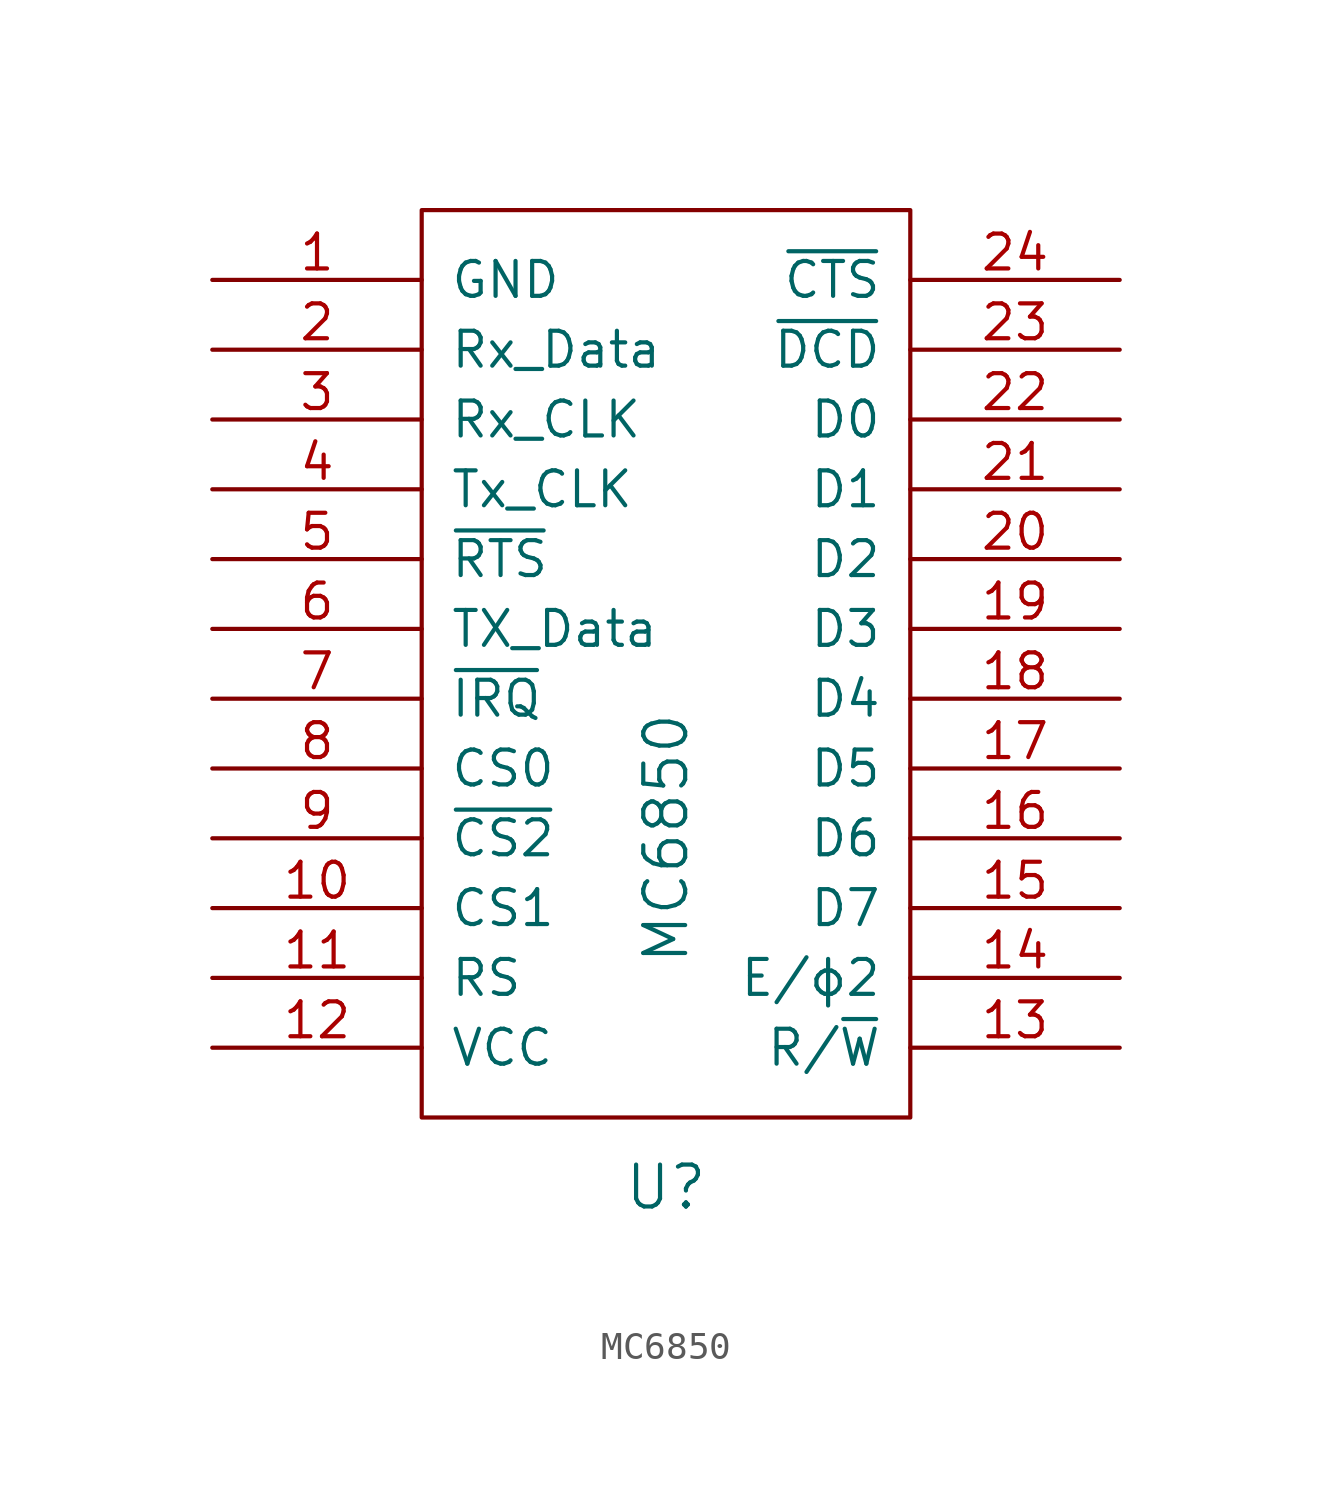
<source format=kicad_sym>
(kicad_symbol_lib
  (version 20211014)
  (generator kicad_symbol_editor)
  (symbol "MC6850"
    (pin_names
      (offset 1.016))
    (property "Reference" "U"
      (at 0 -19.05 0)
      (effects (font (size 1.524 1.524))))
    (property "Value" "MC6850"
      (at 0 -6.35 90)
      (effects (font (size 1.524 1.524))))
    (property "Footprint" ""
      (at 0 -16.51 0)
      (effects (font (size 1.524 1.524))))
    (property "Datasheet" ""
      (at 0 -16.51 0)
      (effects (font (size 1.524 1.524))))
    (symbol "MC6850_0_1"
      (rectangle (start -8.89 16.51) (end 8.89 -16.51) (stroke (width 0) (type default) (color 0 0 0 0)) (fill (type none))))
    (symbol "MC6850_1_1"
      (pin power_in line (at -16.51 13.97 0) (length 7.62) (name "GND" (effects (font (size 1.27 1.27)))) (number "1" (effects (font (size 1.27 1.27)))))
      (pin input line (at -16.51 -8.89 0) (length 7.62) (name "CS1" (effects (font (size 1.27 1.27)))) (number "10" (effects (font (size 1.27 1.27)))))
      (pin input line (at -16.51 -11.43 0) (length 7.62) (name "RS" (effects (font (size 1.27 1.27)))) (number "11" (effects (font (size 1.27 1.27)))))
      (pin power_in line (at -16.51 -13.97 0) (length 7.62) (name "VCC" (effects (font (size 1.27 1.27)))) (number "12" (effects (font (size 1.27 1.27)))))
      (pin input line (at 16.51 -13.97 180) (length 7.62) (name "R/~{W}" (effects (font (size 1.27 1.27)))) (number "13" (effects (font (size 1.27 1.27)))))
      (pin input line (at 16.51 -11.43 180) (length 7.62) (name "E/ϕ2" (effects (font (size 1.27 1.27)))) (number "14" (effects (font (size 1.27 1.27)))))
      (pin bidirectional line (at 16.51 -8.89 180) (length 7.62) (name "D7" (effects (font (size 1.27 1.27)))) (number "15" (effects (font (size 1.27 1.27)))))
      (pin bidirectional line (at 16.51 -6.35 180) (length 7.62) (name "D6" (effects (font (size 1.27 1.27)))) (number "16" (effects (font (size 1.27 1.27)))))
      (pin bidirectional line (at 16.51 -3.81 180) (length 7.62) (name "D5" (effects (font (size 1.27 1.27)))) (number "17" (effects (font (size 1.27 1.27)))))
      (pin bidirectional line (at 16.51 -1.27 180) (length 7.62) (name "D4" (effects (font (size 1.27 1.27)))) (number "18" (effects (font (size 1.27 1.27)))))
      (pin bidirectional line (at 16.51 1.27 180) (length 7.62) (name "D3" (effects (font (size 1.27 1.27)))) (number "19" (effects (font (size 1.27 1.27)))))
      (pin input line (at -16.51 11.43 0) (length 7.62) (name "Rx_Data" (effects (font (size 1.27 1.27)))) (number "2" (effects (font (size 1.27 1.27)))))
      (pin bidirectional line (at 16.51 3.81 180) (length 7.62) (name "D2" (effects (font (size 1.27 1.27)))) (number "20" (effects (font (size 1.27 1.27)))))
      (pin bidirectional line (at 16.51 6.35 180) (length 7.62) (name "D1" (effects (font (size 1.27 1.27)))) (number "21" (effects (font (size 1.27 1.27)))))
      (pin bidirectional line (at 16.51 8.89 180) (length 7.62) (name "D0" (effects (font (size 1.27 1.27)))) (number "22" (effects (font (size 1.27 1.27)))))
      (pin bidirectional line (at 16.51 11.43 180) (length 7.62) (name "~{DCD}" (effects (font (size 1.27 1.27)))) (number "23" (effects (font (size 1.27 1.27)))))
      (pin bidirectional line (at 16.51 13.97 180) (length 7.62) (name "~{CTS}" (effects (font (size 1.27 1.27)))) (number "24" (effects (font (size 1.27 1.27)))))
      (pin input line (at -16.51 8.89 0) (length 7.62) (name "Rx_CLK" (effects (font (size 1.27 1.27)))) (number "3" (effects (font (size 1.27 1.27)))))
      (pin input line (at -16.51 6.35 0) (length 7.62) (name "Tx_CLK" (effects (font (size 1.27 1.27)))) (number "4" (effects (font (size 1.27 1.27)))))
      (pin input line (at -16.51 3.81 0) (length 7.62) (name "~{RTS}" (effects (font (size 1.27 1.27)))) (number "5" (effects (font (size 1.27 1.27)))))
      (pin output line (at -16.51 1.27 0) (length 7.62) (name "TX_Data" (effects (font (size 1.27 1.27)))) (number "6" (effects (font (size 1.27 1.27)))))
      (pin output line (at -16.51 -1.27 0) (length 7.62) (name "~{IRQ}" (effects (font (size 1.27 1.27)))) (number "7" (effects (font (size 1.27 1.27)))))
      (pin input line (at -16.51 -3.81 0) (length 7.62) (name "CS0" (effects (font (size 1.27 1.27)))) (number "8" (effects (font (size 1.27 1.27)))))
      (pin input line (at -16.51 -6.35 0) (length 7.62) (name "~{CS2}" (effects (font (size 1.27 1.27)))) (number "9" (effects (font (size 1.27 1.27))))))))
</source>
